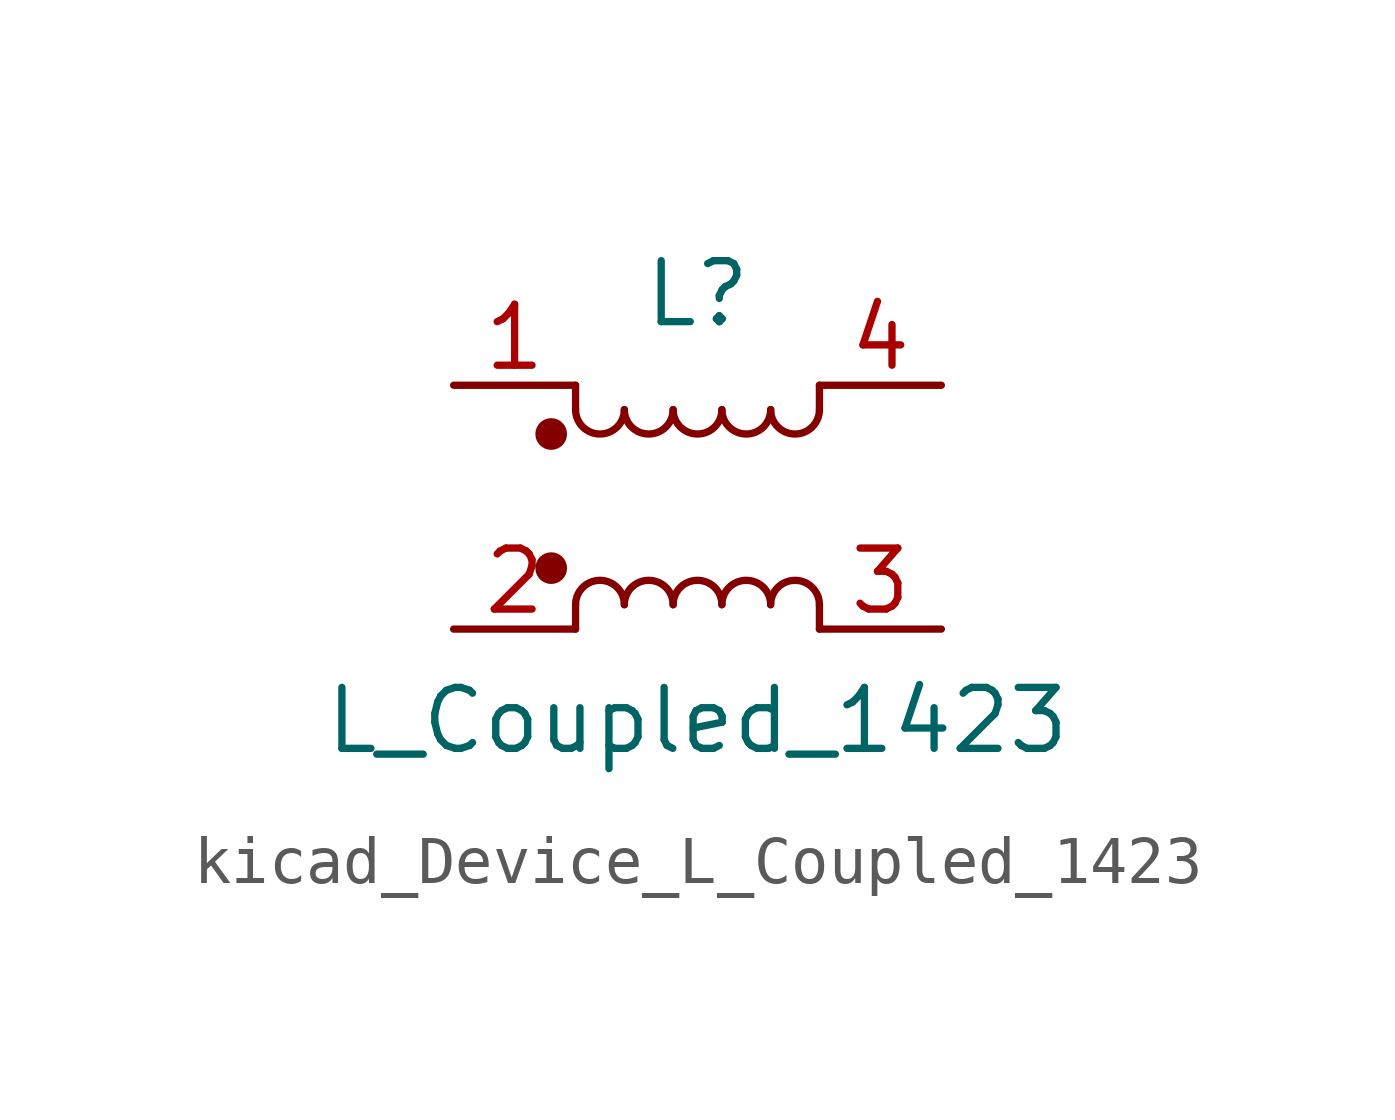
<source format=kicad_sym>
(kicad_symbol_lib
  (version 20220914)
  (generator kicad_symbol_editor)
  (symbol "kicad_Device_L_Coupled_1423"
    (pin_names
      (offset 0.254) hide)
    (property "Reference" "L"
      (at 0 4.445 0)
      (effects (font (size 1.27 1.27))))
    (property "Value" "L_Coupled_1423"
      (at 0 -4.445 0)
      (effects (font (size 1.27 1.27))))
    (symbol "kicad_Device_L_Coupled_1423_0_1"
      (circle (center -3.048 -1.27) (radius 0.254) (stroke (width 0) (type default)) (fill (type outline)))
      (circle (center -3.048 1.524) (radius 0.254) (stroke (width 0) (type default)) (fill (type outline)))
      (arc (start -2.54 2.032) (mid -2.032 1.5262) (end -1.524 2.032) (stroke (width 0) (type default)) (fill (type none)))
      (arc (start -1.524 -2.032) (mid -2.032 -1.5262) (end -2.54 -2.032) (stroke (width 0) (type default)) (fill (type none)))
      (arc (start -1.524 2.032) (mid -1.016 1.5262) (end -0.508 2.032) (stroke (width 0) (type default)) (fill (type none)))
      (arc (start -0.508 -2.032) (mid -1.016 -1.5262) (end -1.524 -2.032) (stroke (width 0) (type default)) (fill (type none)))
      (arc (start -0.508 2.032) (mid 0 1.5262) (end 0.508 2.032) (stroke (width 0) (type default)) (fill (type none)))
      (polyline (pts (xy -2.54 -2.032) (xy -2.54 -2.54)) (stroke (width 0) (type default)) (fill (type none)))
      (polyline (pts (xy -2.54 2.032) (xy -2.54 2.54)) (stroke (width 0) (type default)) (fill (type none)))
      (polyline (pts (xy 2.54 -2.032) (xy 2.54 -2.54)) (stroke (width 0) (type default)) (fill (type none)))
      (polyline (pts (xy 2.54 2.54) (xy 2.54 2.032)) (stroke (width 0) (type default)) (fill (type none)))
      (arc (start 0.508 -2.032) (mid 0 -1.5262) (end -0.508 -2.032) (stroke (width 0) (type default)) (fill (type none)))
      (arc (start 0.508 2.032) (mid 1.016 1.5262) (end 1.524 2.032) (stroke (width 0) (type default)) (fill (type none)))
      (arc (start 1.524 -2.032) (mid 1.016 -1.5262) (end 0.508 -2.032) (stroke (width 0) (type default)) (fill (type none)))
      (arc (start 1.524 2.032) (mid 2.032 1.5262) (end 2.54 2.032) (stroke (width 0) (type default)) (fill (type none)))
      (arc (start 2.54 -2.032) (mid 2.032 -1.5262) (end 1.524 -2.032) (stroke (width 0) (type default)) (fill (type none))))
    (symbol "kicad_Device_L_Coupled_1423_1_1"
      (pin passive line (at -5.08 2.54 0) (length 2.54) (name "1" (effects (font (size 1.27 1.27)))) (number "1" (effects (font (size 1.27 1.27)))))
      (pin passive line (at -5.08 -2.54 0) (length 2.54) (name "2" (effects (font (size 1.27 1.27)))) (number "2" (effects (font (size 1.27 1.27)))))
      (pin passive line (at 5.08 -2.54 180) (length 2.54) (name "3" (effects (font (size 1.27 1.27)))) (number "3" (effects (font (size 1.27 1.27)))))
      (pin passive line (at 5.08 2.54 180) (length 2.54) (name "4" (effects (font (size 1.27 1.27)))) (number "4" (effects (font (size 1.27 1.27))))))))
</source>
